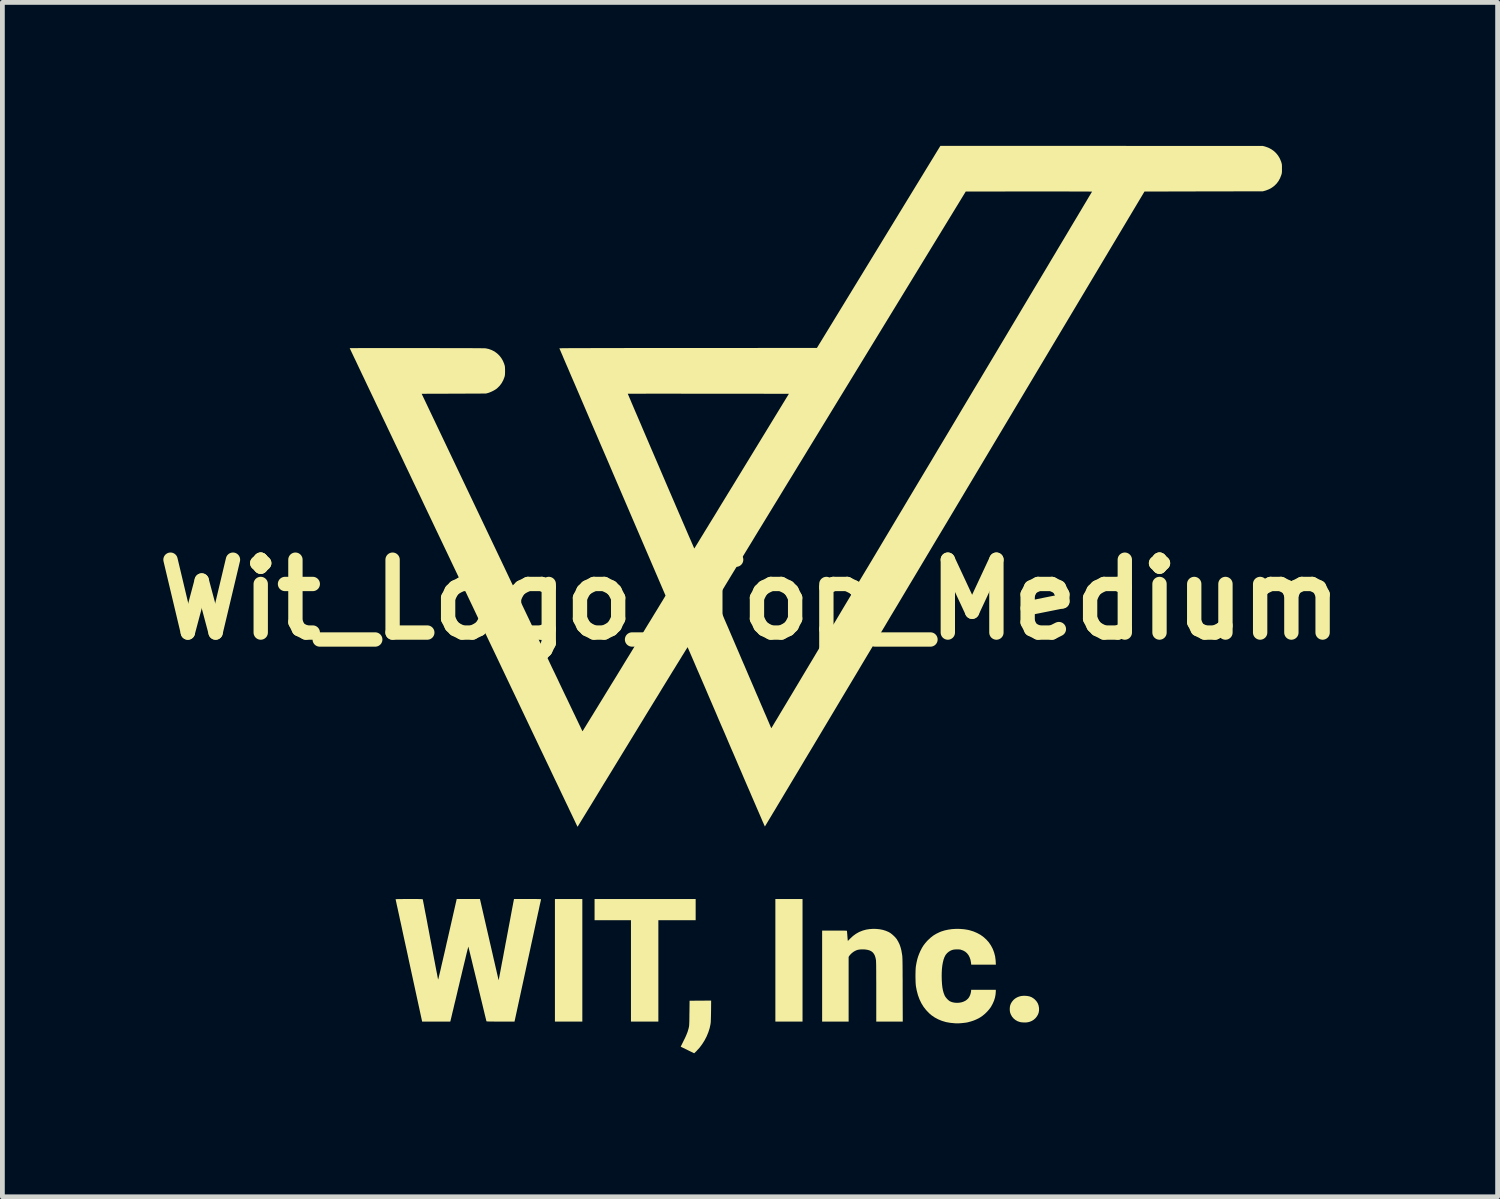
<source format=kicad_pcb>
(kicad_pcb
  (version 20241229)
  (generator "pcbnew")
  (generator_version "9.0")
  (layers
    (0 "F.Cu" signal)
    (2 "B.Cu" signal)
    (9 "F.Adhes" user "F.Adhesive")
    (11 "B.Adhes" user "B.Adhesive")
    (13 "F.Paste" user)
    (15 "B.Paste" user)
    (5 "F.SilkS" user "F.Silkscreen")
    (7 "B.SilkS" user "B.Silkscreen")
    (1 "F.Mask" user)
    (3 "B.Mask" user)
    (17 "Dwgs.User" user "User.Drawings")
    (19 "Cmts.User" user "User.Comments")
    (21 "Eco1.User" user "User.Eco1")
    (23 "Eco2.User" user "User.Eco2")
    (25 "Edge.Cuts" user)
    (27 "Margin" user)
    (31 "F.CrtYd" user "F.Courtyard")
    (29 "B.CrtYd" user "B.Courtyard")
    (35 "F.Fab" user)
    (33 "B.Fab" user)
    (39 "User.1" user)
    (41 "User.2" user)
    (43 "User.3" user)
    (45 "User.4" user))
  (footprint "Wit_Logo_Top_Medium"
    (layer "F.Cu")
    (at 12.635 9.489)
    (property "Reference" "Wit_Logo_Top_Medium" (at 0 0 0) (layer "F.SilkS") (effects (font (size 1.524 1.524) (thickness 0.3))))
    (attr board_only exclude_from_pos_files exclude_from_bom)
    (fp_poly (pts (xy -3.507 8.825) (xy -4.08 8.825) (xy -4.08 6.262) (xy -3.507 6.262)) (stroke (width 0) (type solid)) (fill yes) (layer "F.SilkS"))
    (fp_poly (pts (xy 1.098 8.825) (xy 0.53 8.825) (xy 0.53 6.262) (xy 1.098 6.262)) (stroke (width 0) (type solid)) (fill yes) (layer "F.SilkS"))
    (fp_poly (pts (xy -1.137 6.705) (xy -1.917 6.705) (xy -1.917 8.825) (xy -2.49 8.825) (xy -2.49 6.705) (xy -3.251 6.705) (xy -3.251 6.262) (xy -1.137 6.262)) (stroke (width 0) (type solid)) (fill yes) (layer "F.SilkS"))
    (fp_poly (pts (xy -0.815 8.607) (xy -0.816 8.663) (xy -0.817 8.711) (xy -0.818 8.751) (xy -0.819 8.784) (xy -0.82 8.812) (xy -0.821 8.835) (xy -0.823 8.853) (xy -0.825 8.869) (xy -0.826 8.876) (xy -0.844 8.962) (xy -0.872 9.049) (xy -0.907 9.134) (xy -0.95 9.217) (xy -0.999 9.295) (xy -1.054 9.369) (xy -1.115 9.436) (xy -1.125 9.447) (xy -1.168 9.488) (xy -1.309 9.419) (xy -1.45 9.35) (xy -1.39 9.229) (xy -1.362 9.173) (xy -1.339 9.123) (xy -1.32 9.077) (xy -1.304 9.035) (xy -1.292 8.994) (xy -1.281 8.953) (xy -1.28 8.948) (xy -1.278 8.937) (xy -1.276 8.927) (xy -1.274 8.915) (xy -1.273 8.902) (xy -1.272 8.885) (xy -1.271 8.865) (xy -1.27 8.84) (xy -1.269 8.809) (xy -1.269 8.771) (xy -1.268 8.727) (xy -1.268 8.674) (xy -1.267 8.647) (xy -1.264 8.389) (xy -0.813 8.386)) (stroke (width 0) (type solid)) (fill yes) (layer "F.SilkS"))
    (fp_poly (pts (xy 5.796 8.289) (xy 5.847 8.299) (xy 5.892 8.317) (xy 5.932 8.343) (xy 5.955 8.362) (xy 5.99 8.4) (xy 6.017 8.442) (xy 6.034 8.487) (xy 6.043 8.535) (xy 6.044 8.543) (xy 6.044 8.595) (xy 6.035 8.643) (xy 6.017 8.687) (xy 5.99 8.729) (xy 5.969 8.754) (xy 5.932 8.787) (xy 5.893 8.811) (xy 5.849 8.829) (xy 5.83 8.834) (xy 5.797 8.841) (xy 5.758 8.844) (xy 5.717 8.843) (xy 5.678 8.84) (xy 5.647 8.835) (xy 5.597 8.818) (xy 5.552 8.793) (xy 5.513 8.761) (xy 5.48 8.723) (xy 5.455 8.678) (xy 5.44 8.639) (xy 5.435 8.613) (xy 5.432 8.581) (xy 5.432 8.548) (xy 5.435 8.517) (xy 5.438 8.497) (xy 5.453 8.453) (xy 5.477 8.412) (xy 5.508 8.374) (xy 5.544 8.343) (xy 5.584 8.319) (xy 5.625 8.302) (xy 5.667 8.291) (xy 5.712 8.286) (xy 5.739 8.285)) (stroke (width 0) (type solid)) (fill yes) (layer "F.SilkS"))
    (fp_poly (pts (xy 2.639 6.887) (xy 2.709 6.894) (xy 2.776 6.907) (xy 2.838 6.926) (xy 2.895 6.95) (xy 2.92 6.964) (xy 2.947 6.982) (xy 2.977 7.006) (xy 3.007 7.033) (xy 3.035 7.061) (xy 3.058 7.088) (xy 3.07 7.104) (xy 3.1 7.155) (xy 3.126 7.209) (xy 3.147 7.268) (xy 3.164 7.332) (xy 3.177 7.404) (xy 3.182 7.439) (xy 3.184 7.448) (xy 3.185 7.459) (xy 3.185 7.471) (xy 3.186 7.486) (xy 3.187 7.504) (xy 3.188 7.525) (xy 3.188 7.55) (xy 3.189 7.579) (xy 3.189 7.614) (xy 3.19 7.653) (xy 3.19 7.699) (xy 3.191 7.751) (xy 3.191 7.81) (xy 3.191 7.876) (xy 3.192 7.95) (xy 3.192 8.033) (xy 3.192 8.124) (xy 3.192 8.161) (xy 3.194 8.825) (xy 2.64 8.825) (xy 2.64 8.207) (xy 2.64 8.101) (xy 2.64 8.004) (xy 2.639 7.916) (xy 2.639 7.837) (xy 2.639 7.767) (xy 2.638 7.707) (xy 2.638 7.656) (xy 2.637 7.614) (xy 2.636 7.582) (xy 2.635 7.559) (xy 2.635 7.546) (xy 2.635 7.546) (xy 2.625 7.493) (xy 2.611 7.447) (xy 2.591 7.409) (xy 2.566 7.378) (xy 2.534 7.353) (xy 2.495 7.335) (xy 2.449 7.323) (xy 2.396 7.316) (xy 2.356 7.315) (xy 2.316 7.316) (xy 2.284 7.319) (xy 2.255 7.324) (xy 2.227 7.333) (xy 2.197 7.347) (xy 2.193 7.349) (xy 2.164 7.366) (xy 2.135 7.388) (xy 2.107 7.414) (xy 2.083 7.441) (xy 2.076 7.451) (xy 2.062 7.473) (xy 2.062 8.825) (xy 1.508 8.825) (xy 1.508 6.922) (xy 1.768 6.922) (xy 1.827 6.922) (xy 1.877 6.922) (xy 1.918 6.922) (xy 1.952 6.923) (xy 1.979 6.923) (xy 1.999 6.924) (xy 2.013 6.925) (xy 2.023 6.926) (xy 2.027 6.927) (xy 2.028 6.928) (xy 2.028 6.936) (xy 2.029 6.951) (xy 2.031 6.971) (xy 2.033 6.996) (xy 2.035 7.023) (xy 2.037 7.05) (xy 2.039 7.077) (xy 2.041 7.1) (xy 2.043 7.12) (xy 2.045 7.133) (xy 2.045 7.138) (xy 2.045 7.138) (xy 2.049 7.135) (xy 2.058 7.127) (xy 2.071 7.114) (xy 2.087 7.097) (xy 2.095 7.089) (xy 2.153 7.035) (xy 2.216 6.989) (xy 2.283 6.951) (xy 2.354 6.923) (xy 2.362 6.92) (xy 2.428 6.902) (xy 2.497 6.891) (xy 2.568 6.886)) (stroke (width 0) (type solid)) (fill yes) (layer "F.SilkS"))
    (fp_poly (pts (xy 4.393 6.887) (xy 4.477 6.894) (xy 4.558 6.907) (xy 4.591 6.915) (xy 4.673 6.94) (xy 4.75 6.973) (xy 4.821 7.012) (xy 4.886 7.059) (xy 4.944 7.112) (xy 4.996 7.171) (xy 5.039 7.235) (xy 5.076 7.305) (xy 5.104 7.379) (xy 5.125 7.458) (xy 5.136 7.54) (xy 5.138 7.574) (xy 5.141 7.635) (xy 4.626 7.635) (xy 4.621 7.59) (xy 4.61 7.532) (xy 4.592 7.48) (xy 4.568 7.434) (xy 4.537 7.395) (xy 4.5 7.363) (xy 4.457 7.339) (xy 4.408 7.322) (xy 4.408 7.321) (xy 4.382 7.317) (xy 4.351 7.315) (xy 4.317 7.315) (xy 4.283 7.317) (xy 4.253 7.321) (xy 4.24 7.324) (xy 4.198 7.339) (xy 4.158 7.363) (xy 4.122 7.393) (xy 4.092 7.429) (xy 4.086 7.439) (xy 4.065 7.48) (xy 4.047 7.53) (xy 4.033 7.588) (xy 4.021 7.654) (xy 4.013 7.727) (xy 4.009 7.806) (xy 4.008 7.873) (xy 4.01 7.962) (xy 4.015 8.042) (xy 4.023 8.113) (xy 4.035 8.176) (xy 4.051 8.231) (xy 4.07 8.279) (xy 4.074 8.288) (xy 4.09 8.313) (xy 4.111 8.339) (xy 4.134 8.364) (xy 4.158 8.385) (xy 4.181 8.401) (xy 4.184 8.402) (xy 4.226 8.419) (xy 4.272 8.429) (xy 4.321 8.433) (xy 4.371 8.431) (xy 4.419 8.423) (xy 4.463 8.409) (xy 4.503 8.39) (xy 4.527 8.373) (xy 4.55 8.353) (xy 4.567 8.335) (xy 4.581 8.314) (xy 4.593 8.292) (xy 4.605 8.265) (xy 4.614 8.235) (xy 4.621 8.204) (xy 4.624 8.178) (xy 4.624 8.176) (xy 4.624 8.16) (xy 5.14 8.16) (xy 5.14 8.195) (xy 5.135 8.257) (xy 5.123 8.322) (xy 5.103 8.387) (xy 5.075 8.451) (xy 5.042 8.512) (xy 5.03 8.53) (xy 4.997 8.574) (xy 4.957 8.619) (xy 4.913 8.662) (xy 4.866 8.701) (xy 4.819 8.734) (xy 4.774 8.76) (xy 4.723 8.784) (xy 4.667 8.807) (xy 4.609 8.825) (xy 4.553 8.84) (xy 4.535 8.844) (xy 4.508 8.848) (xy 4.475 8.852) (xy 4.441 8.856) (xy 4.406 8.859) (xy 4.373 8.861) (xy 4.346 8.862) (xy 4.33 8.862) (xy 4.313 8.862) (xy 4.292 8.861) (xy 4.28 8.86) (xy 4.186 8.851) (xy 4.097 8.835) (xy 4.013 8.81) (xy 3.933 8.777) (xy 3.859 8.737) (xy 3.791 8.69) (xy 3.744 8.649) (xy 3.683 8.585) (xy 3.629 8.516) (xy 3.583 8.441) (xy 3.544 8.36) (xy 3.512 8.273) (xy 3.487 8.179) (xy 3.47 8.09) (xy 3.467 8.063) (xy 3.464 8.028) (xy 3.462 7.987) (xy 3.461 7.941) (xy 3.46 7.894) (xy 3.46 7.846) (xy 3.461 7.799) (xy 3.462 7.755) (xy 3.464 7.715) (xy 3.467 7.683) (xy 3.469 7.665) (xy 3.482 7.592) (xy 3.497 7.526) (xy 3.515 7.465) (xy 3.537 7.407) (xy 3.562 7.349) (xy 3.57 7.334) (xy 3.599 7.278) (xy 3.63 7.229) (xy 3.665 7.184) (xy 3.705 7.138) (xy 3.726 7.117) (xy 3.78 7.067) (xy 3.836 7.024) (xy 3.896 6.988) (xy 3.962 6.956) (xy 3.993 6.943) (xy 4.065 6.92) (xy 4.142 6.903) (xy 4.224 6.891) (xy 4.308 6.886)) (stroke (width 0) (type solid)) (fill yes) (layer "F.SilkS"))
    (fp_poly (pts (xy -4.593 6.262) (xy -4.542 6.262) (xy -4.5 6.262) (xy -4.465 6.262) (xy -4.437 6.263) (xy -4.415 6.263) (xy -4.398 6.264) (xy -4.386 6.264) (xy -4.378 6.265) (xy -4.374 6.267) (xy -4.371 6.268) (xy -4.371 6.27) (xy -4.371 6.271) (xy -4.372 6.276) (xy -4.375 6.29) (xy -4.38 6.313) (xy -4.387 6.345) (xy -4.396 6.384) (xy -4.406 6.43) (xy -4.417 6.484) (xy -4.431 6.545) (xy -4.445 6.611) (xy -4.461 6.684) (xy -4.478 6.762) (xy -4.496 6.846) (xy -4.515 6.934) (xy -4.535 7.027) (xy -4.556 7.123) (xy -4.578 7.223) (xy -4.6 7.327) (xy -4.623 7.433) (xy -4.647 7.542) (xy -4.649 7.552) (xy -4.925 8.825) (xy -5.217 8.825) (xy -5.28 8.825) (xy -5.334 8.825) (xy -5.38 8.824) (xy -5.417 8.824) (xy -5.448 8.824) (xy -5.471 8.823) (xy -5.489 8.822) (xy -5.501 8.821) (xy -5.509 8.82) (xy -5.512 8.819) (xy -5.512 8.819) (xy -5.513 8.813) (xy -5.517 8.799) (xy -5.522 8.777) (xy -5.53 8.746) (xy -5.539 8.709) (xy -5.55 8.664) (xy -5.562 8.613) (xy -5.576 8.556) (xy -5.591 8.493) (xy -5.607 8.426) (xy -5.625 8.354) (xy -5.643 8.278) (xy -5.662 8.199) (xy -5.682 8.117) (xy -5.701 8.037) (xy -5.721 7.953) (xy -5.741 7.871) (xy -5.76 7.792) (xy -5.779 7.716) (xy -5.796 7.645) (xy -5.812 7.578) (xy -5.827 7.516) (xy -5.841 7.459) (xy -5.853 7.409) (xy -5.864 7.365) (xy -5.873 7.327) (xy -5.881 7.298) (xy -5.886 7.276) (xy -5.89 7.263) (xy -5.891 7.258) (xy -5.892 7.262) (xy -5.896 7.275) (xy -5.901 7.297) (xy -5.909 7.326) (xy -5.918 7.363) (xy -5.929 7.406) (xy -5.941 7.456) (xy -5.954 7.512) (xy -5.969 7.573) (xy -5.985 7.639) (xy -6.002 7.71) (xy -6.02 7.784) (xy -6.038 7.862) (xy -6.058 7.942) (xy -6.067 7.981) (xy -6.086 8.063) (xy -6.106 8.144) (xy -6.124 8.223) (xy -6.142 8.298) (xy -6.159 8.37) (xy -6.176 8.438) (xy -6.191 8.501) (xy -6.204 8.559) (xy -6.217 8.61) (xy -6.228 8.656) (xy -6.237 8.695) (xy -6.244 8.726) (xy -6.25 8.749) (xy -6.253 8.763) (xy -6.254 8.766) (xy -6.268 8.825) (xy -6.562 8.825) (xy -6.857 8.825) (xy -7.134 7.549) (xy -7.157 7.44) (xy -7.18 7.334) (xy -7.203 7.23) (xy -7.225 7.13) (xy -7.246 7.033) (xy -7.266 6.94) (xy -7.285 6.851) (xy -7.303 6.767) (xy -7.321 6.688) (xy -7.336 6.615) (xy -7.351 6.548) (xy -7.364 6.487) (xy -7.376 6.433) (xy -7.387 6.385) (xy -7.395 6.345) (xy -7.402 6.313) (xy -7.407 6.29) (xy -7.411 6.274) (xy -7.412 6.268) (xy -7.412 6.268) (xy -7.411 6.267) (xy -7.406 6.266) (xy -7.395 6.265) (xy -7.38 6.264) (xy -7.359 6.263) (xy -7.331 6.263) (xy -7.296 6.263) (xy -7.253 6.262) (xy -7.203 6.262) (xy -7.143 6.262) (xy -7.13 6.262) (xy -7.07 6.262) (xy -7.02 6.262) (xy -6.977 6.262) (xy -6.942 6.262) (xy -6.914 6.263) (xy -6.892 6.263) (xy -6.875 6.264) (xy -6.862 6.265) (xy -6.854 6.266) (xy -6.848 6.267) (xy -6.845 6.268) (xy -6.843 6.27) (xy -6.843 6.271) (xy -6.842 6.276) (xy -6.839 6.291) (xy -6.835 6.314) (xy -6.829 6.345) (xy -6.821 6.383) (xy -6.813 6.429) (xy -6.803 6.481) (xy -6.792 6.539) (xy -6.779 6.603) (xy -6.766 6.672) (xy -6.752 6.745) (xy -6.738 6.823) (xy -6.722 6.904) (xy -6.706 6.989) (xy -6.69 7.076) (xy -6.684 7.107) (xy -6.667 7.195) (xy -6.651 7.281) (xy -6.635 7.363) (xy -6.62 7.443) (xy -6.606 7.518) (xy -6.592 7.588) (xy -6.58 7.654) (xy -6.568 7.715) (xy -6.558 7.769) (xy -6.548 7.817) (xy -6.54 7.859) (xy -6.534 7.893) (xy -6.529 7.919) (xy -6.525 7.937) (xy -6.523 7.946) (xy -6.523 7.947) (xy -6.522 7.943) (xy -6.518 7.931) (xy -6.512 7.909) (xy -6.505 7.878) (xy -6.495 7.837) (xy -6.483 7.788) (xy -6.469 7.729) (xy -6.454 7.661) (xy -6.436 7.584) (xy -6.416 7.498) (xy -6.394 7.403) (xy -6.37 7.299) (xy -6.345 7.186) (xy -6.327 7.11) (xy -6.134 6.262) (xy -5.891 6.262) (xy -5.648 6.262) (xy -5.458 7.089) (xy -5.438 7.177) (xy -5.418 7.263) (xy -5.399 7.345) (xy -5.381 7.424) (xy -5.364 7.5) (xy -5.347 7.571) (xy -5.332 7.637) (xy -5.318 7.698) (xy -5.305 7.754) (xy -5.294 7.803) (xy -5.284 7.845) (xy -5.276 7.88) (xy -5.27 7.907) (xy -5.265 7.926) (xy -5.263 7.937) (xy -5.262 7.938) (xy -5.257 7.96) (xy -5.251 7.934) (xy -5.25 7.926) (xy -5.247 7.91) (xy -5.242 7.885) (xy -5.236 7.852) (xy -5.228 7.811) (xy -5.219 7.764) (xy -5.209 7.71) (xy -5.198 7.651) (xy -5.186 7.586) (xy -5.172 7.516) (xy -5.158 7.442) (xy -5.144 7.364) (xy -5.128 7.283) (xy -5.113 7.199) (xy -5.096 7.112) (xy -5.08 7.026) (xy -5.064 6.942) (xy -5.049 6.86) (xy -5.034 6.782) (xy -5.02 6.708) (xy -5.007 6.638) (xy -4.995 6.573) (xy -4.984 6.514) (xy -4.974 6.46) (xy -4.965 6.413) (xy -4.957 6.372) (xy -4.951 6.339) (xy -4.946 6.314) (xy -4.943 6.297) (xy -4.941 6.29) (xy -4.936 6.262) (xy -4.652 6.262)) (stroke (width 0) (type solid)) (fill yes) (layer "F.SilkS"))
    (fp_poly (pts (xy 10.725 -9.487) (xy 10.773 -9.474) (xy 10.838 -9.451) (xy 10.898 -9.42) (xy 10.953 -9.382) (xy 11.001 -9.337) (xy 11.043 -9.285) (xy 11.078 -9.227) (xy 11.105 -9.163) (xy 11.111 -9.144) (xy 11.116 -9.128) (xy 11.119 -9.115) (xy 11.122 -9.101) (xy 11.123 -9.085) (xy 11.124 -9.065) (xy 11.124 -9.04) (xy 11.124 -9.013) (xy 11.124 -8.98) (xy 11.124 -8.956) (xy 11.123 -8.937) (xy 11.121 -8.922) (xy 11.119 -8.908) (xy 11.115 -8.894) (xy 11.111 -8.881) (xy 11.086 -8.816) (xy 11.054 -8.756) (xy 11.014 -8.702) (xy 10.967 -8.655) (xy 10.914 -8.615) (xy 10.855 -8.582) (xy 10.789 -8.556) (xy 10.764 -8.549) (xy 10.725 -8.538) (xy 9.487 -8.536) (xy 8.249 -8.533) (xy 4.282 -1.894) (xy 4.142 -1.659) (xy 4.003 -1.427) (xy 3.865 -1.197) (xy 3.729 -0.969) (xy 3.594 -0.743) (xy 3.461 -0.52) (xy 3.329 -0.3) (xy 3.199 -0.082) (xy 3.071 0.133) (xy 2.944 0.344) (xy 2.82 0.553) (xy 2.697 0.758) (xy 2.577 0.959) (xy 2.458 1.157) (xy 2.342 1.351) (xy 2.229 1.541) (xy 2.117 1.728) (xy 2.008 1.91) (xy 1.902 2.087) (xy 1.799 2.26) (xy 1.698 2.429) (xy 1.6 2.593) (xy 1.505 2.752) (xy 1.413 2.906) (xy 1.324 3.055) (xy 1.238 3.198) (xy 1.155 3.336) (xy 1.076 3.469) (xy 1 3.596) (xy 0.928 3.716) (xy 0.859 3.831) (xy 0.794 3.94) (xy 0.732 4.043) (xy 0.675 4.139) (xy 0.621 4.229) (xy 0.571 4.312) (xy 0.526 4.388) (xy 0.484 4.457) (xy 0.447 4.519) (xy 0.414 4.574) (xy 0.385 4.622) (xy 0.361 4.662) (xy 0.342 4.694) (xy 0.327 4.719) (xy 0.317 4.736) (xy 0.312 4.744) (xy 0.311 4.745) (xy 0.309 4.741) (xy 0.303 4.728) (xy 0.293 4.707) (xy 0.281 4.678) (xy 0.264 4.641) (xy 0.245 4.596) (xy 0.223 4.545) (xy 0.198 4.487) (xy 0.17 4.422) (xy 0.139 4.351) (xy 0.106 4.274) (xy 0.07 4.191) (xy 0.032 4.103) (xy -0.008 4.009) (xy -0.051 3.911) (xy -0.095 3.809) (xy -0.141 3.702) (xy -0.188 3.591) (xy -0.238 3.477) (xy -0.288 3.359) (xy -0.34 3.238) (xy -0.394 3.114) (xy -0.448 2.988) (xy -0.497 2.872) (xy -0.552 2.744) (xy -0.607 2.618) (xy -0.66 2.495) (xy -0.711 2.374) (xy -0.762 2.256) (xy -0.811 2.142) (xy -0.859 2.031) (xy -0.904 1.925) (xy -0.948 1.822) (xy -0.99 1.725) (xy -1.03 1.632) (xy -1.068 1.544) (xy -1.104 1.462) (xy -1.137 1.385) (xy -1.167 1.314) (xy -1.195 1.25) (xy -1.22 1.192) (xy -1.242 1.141) (xy -1.261 1.097) (xy -1.277 1.061) (xy -1.289 1.032) (xy -1.298 1.012) (xy -1.303 0.999) (xy -1.305 0.996) (xy -1.308 0.999) (xy -1.315 1.011) (xy -1.328 1.031) (xy -1.345 1.058) (xy -1.366 1.092) (xy -1.391 1.133) (xy -1.421 1.18) (xy -1.454 1.235) (xy -1.491 1.295) (xy -1.532 1.361) (xy -1.576 1.433) (xy -1.624 1.51) (xy -1.674 1.592) (xy -1.728 1.68) (xy -1.784 1.771) (xy -1.843 1.867) (xy -1.904 1.968) (xy -1.968 2.072) (xy -2.034 2.179) (xy -2.102 2.29) (xy -2.172 2.404) (xy -2.243 2.521) (xy -2.316 2.64) (xy -2.39 2.762) (xy -2.44 2.843) (xy -2.515 2.966) (xy -2.589 3.087) (xy -2.662 3.206) (xy -2.733 3.323) (xy -2.803 3.437) (xy -2.87 3.547) (xy -2.936 3.655) (xy -2.999 3.758) (xy -3.061 3.858) (xy -3.119 3.954) (xy -3.175 4.046) (xy -3.228 4.133) (xy -3.278 4.215) (xy -3.325 4.292) (xy -3.369 4.363) (xy -3.409 4.429) (xy -3.446 4.489) (xy -3.479 4.543) (xy -3.508 4.59) (xy -3.533 4.631) (xy -3.553 4.664) (xy -3.569 4.69) (xy -3.581 4.709) (xy -3.587 4.72) (xy -3.589 4.723) (xy -3.607 4.751) (xy -3.617 4.732) (xy -3.619 4.727) (xy -3.626 4.713) (xy -3.637 4.691) (xy -3.651 4.66) (xy -3.669 4.622) (xy -3.691 4.576) (xy -3.716 4.523) (xy -3.745 4.463) (xy -3.777 4.396) (xy -3.812 4.321) (xy -3.851 4.241) (xy -3.892 4.154) (xy -3.937 4.06) (xy -3.984 3.961) (xy -4.034 3.856) (xy -4.087 3.746) (xy -4.142 3.63) (xy -4.199 3.509) (xy -4.259 3.384) (xy -4.321 3.253) (xy -4.386 3.118) (xy -4.452 2.979) (xy -4.52 2.836) (xy -4.59 2.689) (xy -4.662 2.538) (xy -4.735 2.384) (xy -4.81 2.226) (xy -4.886 2.066) (xy -4.964 1.903) (xy -5.043 1.737) (xy -5.123 1.569) (xy -5.204 1.399) (xy -5.286 1.226) (xy -5.369 1.052) (xy -5.453 0.877) (xy -5.537 0.7) (xy -5.622 0.522) (xy -5.707 0.343) (xy -5.792 0.163) (xy -5.878 -0.017) (xy -5.964 -0.198) (xy -6.05 -0.378) (xy -6.136 -0.559) (xy -6.222 -0.739) (xy -6.307 -0.918) (xy -6.392 -1.097) (xy -6.477 -1.275) (xy -6.561 -1.451) (xy -6.644 -1.626) (xy -6.727 -1.8) (xy -6.809 -1.972) (xy -6.889 -2.142) (xy -6.969 -2.309) (xy -7.048 -2.474) (xy -7.125 -2.637) (xy -7.201 -2.796) (xy -7.275 -2.953) (xy -7.348 -3.106) (xy -7.42 -3.256) (xy -7.489 -3.402) (xy -7.557 -3.544) (xy -7.622 -3.682) (xy -7.686 -3.815) (xy -7.747 -3.945) (xy -7.807 -4.069) (xy -7.863 -4.188) (xy -7.918 -4.303) (xy -7.97 -4.412) (xy -8.019 -4.515) (xy -8.065 -4.613) (xy -8.109 -4.704) (xy -8.149 -4.789) (xy -8.187 -4.868) (xy -8.221 -4.941) (xy -8.252 -5.006) (xy -8.28 -5.064) (xy -8.304 -5.115) (xy -8.325 -5.159) (xy -8.342 -5.195) (xy -8.355 -5.223) (xy -8.365 -5.243) (xy -8.37 -5.255) (xy -8.372 -5.258) (xy -8.367 -5.258) (xy -8.353 -5.258) (xy -8.331 -5.259) (xy -8.3 -5.259) (xy -8.261 -5.259) (xy -8.215 -5.259) (xy -8.162 -5.26) (xy -8.103 -5.26) (xy -8.037 -5.26) (xy -7.967 -5.26) (xy -7.891 -5.26) (xy -7.81 -5.26) (xy -7.726 -5.26) (xy -7.637 -5.26) (xy -7.546 -5.26) (xy -7.452 -5.26) (xy -7.355 -5.26) (xy -7.257 -5.26) (xy -7.157 -5.26) (xy -7.056 -5.26) (xy -6.955 -5.26) (xy -6.854 -5.26) (xy -6.753 -5.26) (xy -6.653 -5.26) (xy -6.554 -5.26) (xy -6.458 -5.259) (xy -6.363 -5.259) (xy -6.272 -5.259) (xy -6.183 -5.259) (xy -6.098 -5.259) (xy -6.018 -5.258) (xy -5.941 -5.258) (xy -5.87 -5.258) (xy -5.805 -5.258) (xy -5.745 -5.257) (xy -5.692 -5.257) (xy -5.645 -5.257) (xy -5.606 -5.256) (xy -5.575 -5.256) (xy -5.552 -5.256) (xy -5.537 -5.255) (xy -5.532 -5.255) (xy -5.465 -5.241) (xy -5.402 -5.218) (xy -5.343 -5.188) (xy -5.29 -5.149) (xy -5.243 -5.104) (xy -5.202 -5.052) (xy -5.168 -4.994) (xy -5.141 -4.93) (xy -5.137 -4.915) (xy -5.132 -4.899) (xy -5.128 -4.886) (xy -5.126 -4.872) (xy -5.125 -4.856) (xy -5.124 -4.837) (xy -5.123 -4.811) (xy -5.123 -4.783) (xy -5.123 -4.751) (xy -5.124 -4.727) (xy -5.125 -4.708) (xy -5.126 -4.692) (xy -5.129 -4.679) (xy -5.132 -4.665) (xy -5.136 -4.652) (xy -5.161 -4.587) (xy -5.194 -4.527) (xy -5.234 -4.473) (xy -5.281 -4.426) (xy -5.298 -4.411) (xy -5.327 -4.391) (xy -5.363 -4.37) (xy -5.401 -4.351) (xy -5.441 -4.334) (xy -5.477 -4.321) (xy -5.482 -4.32) (xy -5.523 -4.309) (xy -6.195 -4.306) (xy -6.867 -4.304) (xy -5.187 -0.776) (xy -5.104 -0.601) (xy -5.022 -0.428) (xy -4.941 -0.258) (xy -4.861 -0.09) (xy -4.782 0.076) (xy -4.705 0.238) (xy -4.629 0.397) (xy -4.555 0.553) (xy -4.482 0.705) (xy -4.412 0.853) (xy -4.343 0.997) (xy -4.276 1.138) (xy -4.211 1.273) (xy -4.149 1.405) (xy -4.088 1.531) (xy -4.03 1.652) (xy -3.975 1.769) (xy -3.922 1.88) (xy -3.872 1.985) (xy -3.824 2.084) (xy -3.78 2.177) (xy -3.738 2.265) (xy -3.7 2.345) (xy -3.664 2.419) (xy -3.632 2.487) (xy -3.603 2.547) (xy -3.578 2.6) (xy -3.556 2.645) (xy -3.538 2.683) (xy -3.524 2.713) (xy -3.513 2.735) (xy -3.506 2.749) (xy -3.504 2.754) (xy -3.504 2.754) (xy -3.501 2.75) (xy -3.493 2.738) (xy -3.481 2.719) (xy -3.465 2.692) (xy -3.444 2.659) (xy -3.42 2.619) (xy -3.392 2.574) (xy -3.36 2.522) (xy -3.325 2.465) (xy -3.287 2.404) (xy -3.247 2.338) (xy -3.203 2.267) (xy -3.158 2.193) (xy -3.11 2.115) (xy -3.06 2.034) (xy -3.009 1.95) (xy -2.956 1.864) (xy -2.902 1.775) (xy -2.846 1.685) (xy -2.79 1.594) (xy -2.734 1.502) (xy -2.677 1.409) (xy -2.62 1.315) (xy -2.563 1.222) (xy -2.506 1.13) (xy -2.45 1.038) (xy -2.395 0.947) (xy -2.34 0.858) (xy -2.287 0.771) (xy -2.235 0.687) (xy -2.185 0.604) (xy -2.137 0.525) (xy -2.09 0.449) (xy -2.046 0.377) (xy -2.005 0.309) (xy -1.966 0.246) (xy -1.93 0.187) (xy -1.898 0.134) (xy -1.869 0.086) (xy -1.843 0.044) (xy -1.826 0.017) (xy -0.703 0.017) (xy -0.703 0.017) (xy -0.701 0.022) (xy -0.695 0.035) (xy -0.686 0.057) (xy -0.673 0.087) (xy -0.657 0.124) (xy -0.638 0.168) (xy -0.616 0.219) (xy -0.592 0.277) (xy -0.564 0.34) (xy -0.535 0.41) (xy -0.503 0.484) (xy -0.468 0.564) (xy -0.432 0.648) (xy -0.394 0.737) (xy -0.354 0.83) (xy -0.313 0.926) (xy -0.27 1.026) (xy -0.226 1.128) (xy -0.181 1.234) (xy -0.135 1.341) (xy -0.132 1.346) (xy -0.086 1.454) (xy -0.041 1.559) (xy 0.003 1.662) (xy 0.046 1.762) (xy 0.088 1.859) (xy 0.127 1.952) (xy 0.166 2.04) (xy 0.202 2.125) (xy 0.236 2.205) (xy 0.269 2.28) (xy 0.298 2.35) (xy 0.326 2.413) (xy 0.351 2.471) (xy 0.373 2.523) (xy 0.392 2.567) (xy 0.408 2.605) (xy 0.421 2.635) (xy 0.43 2.657) (xy 0.436 2.671) (xy 0.439 2.677) (xy 0.439 2.677) (xy 0.443 2.685) (xy 0.447 2.688) (xy 0.449 2.684) (xy 0.457 2.671) (xy 0.469 2.651) (xy 0.486 2.623) (xy 0.507 2.587) (xy 0.533 2.544) (xy 0.564 2.494) (xy 0.598 2.436) (xy 0.637 2.371) (xy 0.68 2.299) (xy 0.727 2.221) (xy 0.778 2.136) (xy 0.833 2.044) (xy 0.892 1.946) (xy 0.954 1.842) (xy 1.02 1.732) (xy 1.089 1.616) (xy 1.162 1.494) (xy 1.238 1.367) (xy 1.318 1.234) (xy 1.4 1.096) (xy 1.486 0.953) (xy 1.574 0.805) (xy 1.666 0.652) (xy 1.76 0.495) (xy 1.857 0.333) (xy 1.956 0.166) (xy 2.058 -0.004) (xy 2.163 -0.179) (xy 2.269 -0.358) (xy 2.378 -0.54) (xy 2.49 -0.726) (xy 2.603 -0.915) (xy 2.718 -1.108) (xy 2.835 -1.304) (xy 2.954 -1.503) (xy 3.074 -1.704) (xy 3.197 -1.909) (xy 3.32 -2.116) (xy 3.445 -2.325) (xy 3.572 -2.537) (xy 3.7 -2.751) (xy 3.801 -2.919) (xy 3.929 -3.135) (xy 4.057 -3.348) (xy 4.183 -3.559) (xy 4.308 -3.768) (xy 4.431 -3.975) (xy 4.553 -4.179) (xy 4.673 -4.38) (xy 4.792 -4.578) (xy 4.908 -4.773) (xy 5.023 -4.965) (xy 5.136 -5.154) (xy 5.246 -5.339) (xy 5.355 -5.521) (xy 5.461 -5.699) (xy 5.565 -5.873) (xy 5.666 -6.042) (xy 5.765 -6.208) (xy 5.861 -6.369) (xy 5.955 -6.526) (xy 6.046 -6.678) (xy 6.134 -6.825) (xy 6.219 -6.967) (xy 6.3 -7.104) (xy 6.379 -7.235) (xy 6.454 -7.362) (xy 6.526 -7.482) (xy 6.595 -7.597) (xy 6.66 -7.706) (xy 6.721 -7.809) (xy 6.779 -7.906) (xy 6.833 -7.996) (xy 6.883 -8.08) (xy 6.929 -8.157) (xy 6.971 -8.228) (xy 7.009 -8.291) (xy 7.043 -8.348) (xy 7.072 -8.397) (xy 7.097 -8.439) (xy 7.118 -8.473) (xy 7.133 -8.499) (xy 7.145 -8.518) (xy 7.151 -8.529) (xy 7.152 -8.531) (xy 7.148 -8.532) (xy 7.134 -8.532) (xy 7.11 -8.532) (xy 7.078 -8.533) (xy 7.036 -8.533) (xy 6.986 -8.534) (xy 6.927 -8.534) (xy 6.86 -8.534) (xy 6.785 -8.534) (xy 6.701 -8.534) (xy 6.609 -8.535) (xy 6.51 -8.535) (xy 6.403 -8.535) (xy 6.289 -8.535) (xy 6.167 -8.535) (xy 6.039 -8.535) (xy 5.903 -8.535) (xy 5.833 -8.535) (xy 4.511 -8.533) (xy 1.902 -4.263) (xy 1.76 -4.031) (xy 1.624 -3.808) (xy 1.492 -3.592) (xy 1.365 -3.384) (xy 1.242 -3.183) (xy 1.125 -2.991) (xy 1.011 -2.805) (xy 0.903 -2.627) (xy 0.798 -2.457) (xy 0.698 -2.293) (xy 0.603 -2.136) (xy 0.511 -1.986) (xy 0.423 -1.842) (xy 0.34 -1.706) (xy 0.26 -1.575) (xy 0.184 -1.451) (xy 0.112 -1.333) (xy 0.044 -1.22) (xy -0.021 -1.114) (xy -0.082 -1.014) (xy -0.14 -0.919) (xy -0.194 -0.829) (xy -0.245 -0.745) (xy -0.293 -0.666) (xy -0.338 -0.593) (xy -0.38 -0.524) (xy -0.419 -0.46) (xy -0.455 -0.4) (xy -0.488 -0.346) (xy -0.519 -0.295) (xy -0.546 -0.249) (xy -0.572 -0.208) (xy -0.594 -0.17) (xy -0.615 -0.136) (xy -0.633 -0.106) (xy -0.648 -0.079) (xy -0.662 -0.056) (xy -0.674 -0.037) (xy -0.683 -0.021) (xy -0.691 -0.007) (xy -0.696 0.003) (xy -0.7 0.01) (xy -0.703 0.015) (xy -0.703 0.017) (xy -1.826 0.017) (xy -1.821 0.008) (xy -1.804 -0.021) (xy -1.79 -0.043) (xy -1.782 -0.058) (xy -1.778 -0.064) (xy -1.767 -0.084) (xy -2.876 -2.666) (xy -2.94 -2.817) (xy -3.004 -2.966) (xy -3.067 -3.112) (xy -3.129 -3.255) (xy -3.189 -3.396) (xy -3.248 -3.533) (xy -3.306 -3.667) (xy -3.362 -3.798) (xy -3.416 -3.924) (xy -3.468 -4.046) (xy -3.519 -4.164) (xy -3.567 -4.277) (xy -3.579 -4.305) (xy -2.556 -4.305) (xy -2.555 -4.3) (xy -2.549 -4.287) (xy -2.54 -4.266) (xy -2.528 -4.237) (xy -2.512 -4.2) (xy -2.493 -4.156) (xy -2.472 -4.105) (xy -2.447 -4.047) (xy -2.42 -3.983) (xy -2.39 -3.913) (xy -2.357 -3.837) (xy -2.322 -3.755) (xy -2.285 -3.669) (xy -2.246 -3.577) (xy -2.205 -3.481) (xy -2.162 -3.381) (xy -2.118 -3.278) (xy -2.072 -3.17) (xy -2.024 -3.059) (xy -1.975 -2.945) (xy -1.925 -2.829) (xy -1.874 -2.71) (xy -1.863 -2.684) (xy -1.812 -2.565) (xy -1.762 -2.448) (xy -1.713 -2.334) (xy -1.665 -2.223) (xy -1.618 -2.114) (xy -1.573 -2.01) (xy -1.53 -1.909) (xy -1.488 -1.812) (xy -1.448 -1.72) (xy -1.411 -1.633) (xy -1.375 -1.551) (xy -1.342 -1.474) (xy -1.311 -1.402) (xy -1.283 -1.337) (xy -1.257 -1.278) (xy -1.234 -1.226) (xy -1.215 -1.181) (xy -1.198 -1.143) (xy -1.185 -1.112) (xy -1.175 -1.089) (xy -1.168 -1.075) (xy -1.165 -1.069) (xy -1.165 -1.069) (xy -1.162 -1.073) (xy -1.155 -1.085) (xy -1.142 -1.105) (xy -1.126 -1.132) (xy -1.104 -1.167) (xy -1.079 -1.208) (xy -1.05 -1.256) (xy -1.017 -1.31) (xy -0.98 -1.37) (xy -0.94 -1.436) (xy -0.896 -1.507) (xy -0.85 -1.583) (xy -0.8 -1.664) (xy -0.747 -1.75) (xy -0.692 -1.84) (xy -0.635 -1.935) (xy -0.575 -2.033) (xy -0.513 -2.134) (xy -0.449 -2.239) (xy -0.383 -2.346) (xy -0.315 -2.457) (xy -0.247 -2.569) (xy -0.176 -2.684) (xy -0.174 -2.688) (xy 0.813 -4.304) (xy -0.871 -4.305) (xy -0.997 -4.305) (xy -1.122 -4.305) (xy -1.243 -4.305) (xy -1.362 -4.305) (xy -1.476 -4.306) (xy -1.587 -4.306) (xy -1.694 -4.306) (xy -1.796 -4.306) (xy -1.894 -4.306) (xy -1.986 -4.306) (xy -2.072 -4.306) (xy -2.153 -4.306) (xy -2.227 -4.305) (xy -2.295 -4.305) (xy -2.355 -4.305) (xy -2.409 -4.305) (xy -2.454 -4.305) (xy -2.492 -4.305) (xy -2.521 -4.305) (xy -2.542 -4.305) (xy -2.554 -4.305) (xy -2.556 -4.305) (xy -3.579 -4.305) (xy -3.614 -4.386) (xy -3.658 -4.489) (xy -3.7 -4.586) (xy -3.74 -4.678) (xy -3.777 -4.765) (xy -3.811 -4.845) (xy -3.843 -4.918) (xy -3.872 -4.986) (xy -3.898 -5.046) (xy -3.92 -5.099) (xy -3.94 -5.145) (xy -3.956 -5.183) (xy -3.969 -5.213) (xy -3.979 -5.235) (xy -3.985 -5.249) (xy -3.987 -5.254) (xy -3.987 -5.254) (xy -3.986 -5.255) (xy -3.981 -5.255) (xy -3.972 -5.255) (xy -3.96 -5.256) (xy -3.943 -5.256) (xy -3.922 -5.257) (xy -3.897 -5.257) (xy -3.867 -5.257) (xy -3.833 -5.257) (xy -3.793 -5.258) (xy -3.748 -5.258) (xy -3.697 -5.258) (xy -3.641 -5.259) (xy -3.579 -5.259) (xy -3.511 -5.259) (xy -3.436 -5.259) (xy -3.355 -5.259) (xy -3.268 -5.26) (xy -3.173 -5.26) (xy -3.072 -5.26) (xy -2.963 -5.26) (xy -2.847 -5.26) (xy -2.723 -5.26) (xy -2.591 -5.261) (xy -2.451 -5.261) (xy -2.302 -5.261) (xy -2.146 -5.261) (xy -1.98 -5.261) (xy -1.806 -5.261) (xy -1.623 -5.261) (xy -1.43 -5.261) (xy -1.295 -5.261) (xy 1.399 -5.263) (xy 2.69 -7.376) (xy 3.981 -9.489)) (stroke (width 0) (type solid)) (fill yes) (layer "F.SilkS")))
  (gr_rect
    (start -3 -3)
    (end 28.269 21.978)
    (stroke (width 0.1) (type default))
    (fill no)
    (layer "Edge.Cuts")))
</source>
